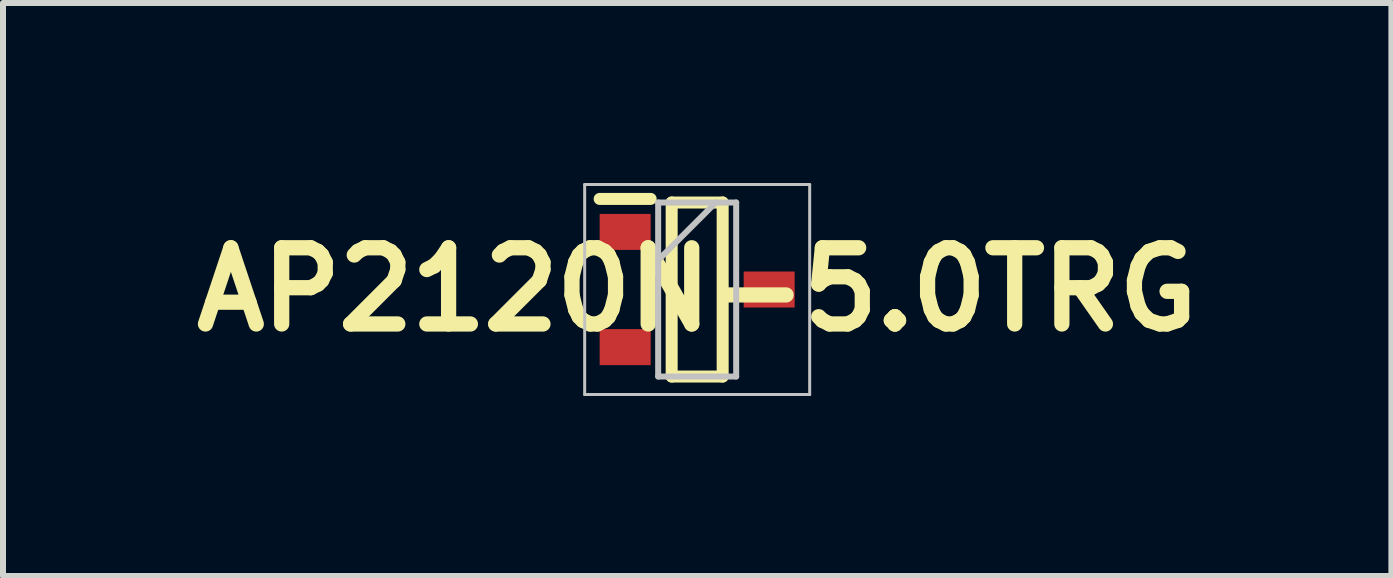
<source format=kicad_pcb>
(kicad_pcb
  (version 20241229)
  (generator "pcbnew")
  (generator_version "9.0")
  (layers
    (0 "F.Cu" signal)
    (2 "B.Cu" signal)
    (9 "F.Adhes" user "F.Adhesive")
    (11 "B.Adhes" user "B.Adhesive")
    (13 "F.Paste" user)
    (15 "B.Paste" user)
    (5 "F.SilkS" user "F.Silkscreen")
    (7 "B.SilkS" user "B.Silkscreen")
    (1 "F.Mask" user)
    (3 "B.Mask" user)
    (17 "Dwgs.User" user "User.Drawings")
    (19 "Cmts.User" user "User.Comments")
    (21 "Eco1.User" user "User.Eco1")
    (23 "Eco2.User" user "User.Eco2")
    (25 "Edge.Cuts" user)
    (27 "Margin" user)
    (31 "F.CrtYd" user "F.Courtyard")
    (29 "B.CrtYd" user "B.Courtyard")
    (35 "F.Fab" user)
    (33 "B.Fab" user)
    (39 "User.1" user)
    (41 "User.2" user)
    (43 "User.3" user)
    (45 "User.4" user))
  (footprint "AP2120N-5.0TRG"
    (layer "F.Cu")
    (at 8.569 1.775)
    (property "Reference" "AP2120N-5.0TRG" (at 0 0 0) (layer "F.SilkS") (effects (font (size 1.27 1.27) (thickness 0.254))))
    (attr smd)
    (fp_line (start -1.625 -1.51) (end -0.775 -1.51) (stroke (width 0.2) (type solid)) (layer "F.SilkS"))
    (fp_line (start -0.425 -1.45) (end 0.425 -1.45) (stroke (width 0.2) (type solid)) (layer "F.SilkS"))
    (fp_line (start -0.425 1.45) (end -0.425 -1.45) (stroke (width 0.2) (type solid)) (layer "F.SilkS"))
    (fp_line (start 0.425 -1.45) (end 0.425 1.45) (stroke (width 0.2) (type solid)) (layer "F.SilkS"))
    (fp_line (start 0.425 1.45) (end -0.425 1.45) (stroke (width 0.2) (type solid)) (layer "F.SilkS"))
    (fp_line (start -1.875 -1.75) (end 1.875 -1.75) (stroke (width 0.05) (type solid)) (layer "Dwgs.User"))
    (fp_line (start -1.875 1.75) (end -1.875 -1.75) (stroke (width 0.05) (type solid)) (layer "Dwgs.User"))
    (fp_line (start -0.65 -1.45) (end 0.65 -1.45) (stroke (width 0.1) (type solid)) (layer "Dwgs.User"))
    (fp_line (start -0.65 -0.49) (end 0.31 -1.45) (stroke (width 0.1) (type solid)) (layer "Dwgs.User"))
    (fp_line (start -0.65 1.45) (end -0.65 -1.45) (stroke (width 0.1) (type solid)) (layer "Dwgs.User"))
    (fp_line (start 0.65 -1.45) (end 0.65 1.45) (stroke (width 0.1) (type solid)) (layer "Dwgs.User"))
    (fp_line (start 0.65 1.45) (end -0.65 1.45) (stroke (width 0.1) (type solid)) (layer "Dwgs.User"))
    (fp_line (start 1.875 -1.75) (end 1.875 1.75) (stroke (width 0.05) (type solid)) (layer "Dwgs.User"))
    (fp_line (start 1.875 1.75) (end -1.875 1.75) (stroke (width 0.05) (type solid)) (layer "Dwgs.User"))
    (pad "1" smd rect (at -1.2 -0.96 90) (size 0.6 0.85) (layers "F.Cu" "F.Mask" "F.Paste"))
    (pad "2" smd rect (at -1.2 0.96 90) (size 0.6 0.85) (layers "F.Cu" "F.Mask" "F.Paste"))
    (pad "3" smd rect (at 1.2 0 90) (size 0.6 0.85) (layers "F.Cu" "F.Mask" "F.Paste")))
  (gr_rect
    (start -3 -3)
    (end 20.139 6.55)
    (stroke (width 0.1) (type default))
    (fill no)
    (layer "Edge.Cuts")))
</source>
